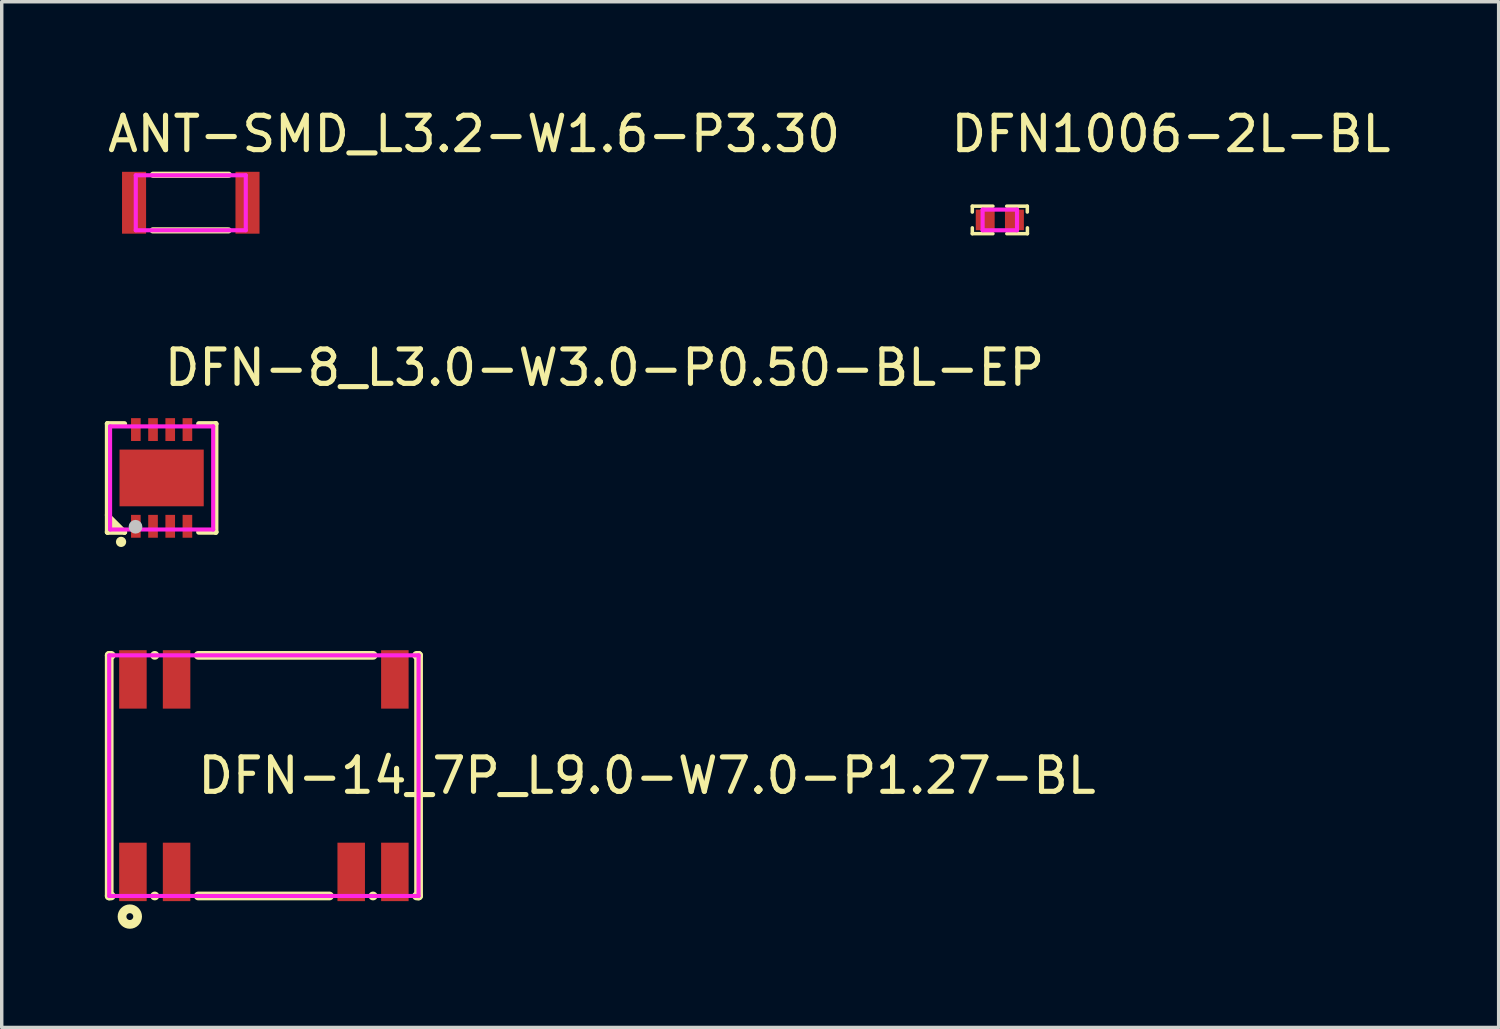
<source format=kicad_pcb>
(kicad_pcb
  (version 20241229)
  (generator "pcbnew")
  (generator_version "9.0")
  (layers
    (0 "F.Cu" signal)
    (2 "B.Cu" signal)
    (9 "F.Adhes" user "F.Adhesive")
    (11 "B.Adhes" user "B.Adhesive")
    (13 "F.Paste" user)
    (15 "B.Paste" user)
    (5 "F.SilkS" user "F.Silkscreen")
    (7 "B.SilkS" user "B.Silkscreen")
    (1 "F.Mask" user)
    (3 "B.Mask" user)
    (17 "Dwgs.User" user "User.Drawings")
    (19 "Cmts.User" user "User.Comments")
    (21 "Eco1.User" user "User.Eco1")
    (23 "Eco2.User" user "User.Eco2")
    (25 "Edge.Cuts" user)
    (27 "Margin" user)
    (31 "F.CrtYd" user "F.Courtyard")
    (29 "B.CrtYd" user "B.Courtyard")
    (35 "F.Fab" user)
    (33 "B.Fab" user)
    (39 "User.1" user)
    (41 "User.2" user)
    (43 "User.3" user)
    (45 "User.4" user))
  (footprint "ANT-SMD_L3.2-W1.6-P3.30"
    (layer "F.Cu")
    (at 2.5 2.848)
    (property "Reference" "ANT-SMD_L3.2-W1.6-P3.30" (at -2.5 -2 0) (layer "F.SilkS") (effects (font (size 1 1) (thickness 0.15)) (justify left)))
    (attr through_hole)
    (fp_line (start -1.105 0.804) (end 1.099 0.804) (stroke (width 0.18) (type solid)) (layer "F.SilkS"))
    (fp_line (start -1.099 -0.814) (end 1.106 -0.814) (stroke (width 0.18) (type solid)) (layer "F.SilkS"))
    (fp_circle (center -1.6 0.8) (end -1.57 0.8) (stroke (width 0.06) (type solid)) (fill no) (layer "Eco2.User"))
    (fp_poly (pts (xy -1.6 -0.8) (xy -1.4 -0.8) (xy -1.4 0.8) (xy -1.6 0.8)) (stroke (width 0.12) (type solid)) (fill no) (layer "Eco2.User"))
    (fp_poly (pts (xy 1.4 -0.8) (xy 1.6 -0.8) (xy 1.6 0.8) (xy 1.4 0.8)) (stroke (width 0.12) (type solid)) (fill no) (layer "Eco2.User"))
    (fp_line (start -1.6 -0.8) (end 1.6 -0.8) (stroke (width 0.12) (type solid)) (layer "F.CrtYd"))
    (fp_line (start -1.6 0.8) (end -1.6 -0.8) (stroke (width 0.12) (type solid)) (layer "F.CrtYd"))
    (fp_line (start 1.6 -0.8) (end 1.6 0.8) (stroke (width 0.12) (type solid)) (layer "F.CrtYd"))
    (fp_line (start 1.6 0.8) (end -1.6 0.8) (stroke (width 0.12) (type solid)) (layer "F.CrtYd"))
    (pad "1" smd rect (at -1.65 0) (size 0.7 1.8) (layers "F.Cu" "F.Mask" "F.Paste"))
    (pad "2" smd rect (at 1.65 0) (size 0.7 1.8) (layers "F.Cu" "F.Mask" "F.Paste")))
  (footprint "DFN-14_7P_L9.0-W7.0-P1.27-BL"
    (layer "F.Cu")
    (at 4.627 19.515)
    (property "Reference" "DFN-14_7P_L9.0-W7.0-P1.27-BL" (at -2 0 0) (layer "F.SilkS") (effects (font (size 1 1) (thickness 0.15)) (justify left)))
    (attr through_hole)
    (fp_line (start -4.5 -3.5) (end -4.5 3.5) (stroke (width 0.254) (type solid)) (layer "F.SilkS"))
    (fp_line (start -4.5 -3.5) (end -4.441 -3.5) (stroke (width 0.254) (type solid)) (layer "F.SilkS"))
    (fp_line (start -4.5 3.5) (end -4.441 3.5) (stroke (width 0.254) (type solid)) (layer "F.SilkS"))
    (fp_line (start -3.179 -3.5) (end -3.171 -3.5) (stroke (width 0.254) (type solid)) (layer "F.SilkS"))
    (fp_line (start -3.179 3.5) (end -3.171 3.5) (stroke (width 0.254) (type solid)) (layer "F.SilkS"))
    (fp_line (start -1.909 -3.5) (end 3.179 -3.5) (stroke (width 0.254) (type solid)) (layer "F.SilkS"))
    (fp_line (start -1.909 3.5) (end 1.909 3.5) (stroke (width 0.254) (type solid)) (layer "F.SilkS"))
    (fp_line (start 3.171 3.5) (end 3.179 3.5) (stroke (width 0.254) (type solid)) (layer "F.SilkS"))
    (fp_line (start 4.441 -3.5) (end 4.5 -3.5) (stroke (width 0.254) (type solid)) (layer "F.SilkS"))
    (fp_line (start 4.441 3.5) (end 4.5 3.5) (stroke (width 0.254) (type solid)) (layer "F.SilkS"))
    (fp_line (start 4.5 -3.5) (end 4.5 3.5) (stroke (width 0.254) (type solid)) (layer "F.SilkS"))
    (fp_circle (center -3.9 4.1) (end -4 4.1) (stroke (width 0.254) (type solid)) (fill no) (layer "F.SilkS"))
    (fp_circle (center -4.5 3.5) (end -4.47 3.5) (stroke (width 0.06) (type solid)) (fill no) (layer "Eco2.User"))
    (fp_poly (pts (xy -4.11 -3.3) (xy -3.51 -3.3) (xy -3.51 -2.05) (xy -4.11 -2.05)) (stroke (width 0.12) (type solid)) (fill no) (layer "Eco2.User"))
    (fp_poly (pts (xy -4.11 2.05) (xy -3.51 2.05) (xy -3.51 3.3) (xy -4.11 3.3)) (stroke (width 0.12) (type solid)) (fill no) (layer "Eco2.User"))
    (fp_poly (pts (xy -2.84 -3.3) (xy -2.24 -3.3) (xy -2.24 -2.05) (xy -2.84 -2.05)) (stroke (width 0.12) (type solid)) (fill no) (layer "Eco2.User"))
    (fp_poly (pts (xy -2.84 2.05) (xy -2.24 2.05) (xy -2.24 3.3) (xy -2.84 3.3)) (stroke (width 0.12) (type solid)) (fill no) (layer "Eco2.User"))
    (fp_poly (pts (xy 2.24 2.05) (xy 2.84 2.05) (xy 2.84 3.3) (xy 2.24 3.3)) (stroke (width 0.12) (type solid)) (fill no) (layer "Eco2.User"))
    (fp_poly (pts (xy 3.51 -3.3) (xy 4.11 -3.3) (xy 4.11 -2.05) (xy 3.51 -2.05)) (stroke (width 0.12) (type solid)) (fill no) (layer "Eco2.User"))
    (fp_poly (pts (xy 3.51 2.05) (xy 4.11 2.05) (xy 4.11 3.3) (xy 3.51 3.3)) (stroke (width 0.12) (type solid)) (fill no) (layer "Eco2.User"))
    (fp_line (start -4.5 -3.5) (end 4.5 -3.5) (stroke (width 0.12) (type solid)) (layer "F.CrtYd"))
    (fp_line (start -4.5 3.5) (end -4.5 -3.5) (stroke (width 0.12) (type solid)) (layer "F.CrtYd"))
    (fp_line (start 4.5 -3.5) (end 4.5 3.5) (stroke (width 0.12) (type solid)) (layer "F.CrtYd"))
    (fp_line (start 4.5 3.5) (end -4.5 3.5) (stroke (width 0.12) (type solid)) (layer "F.CrtYd"))
    (pad "1" smd rect (at -3.81 2.8) (size 0.8 1.7) (layers "F.Cu" "F.Mask" "F.Paste"))
    (pad "2" smd rect (at -2.54 2.8) (size 0.8 1.7) (layers "F.Cu" "F.Mask" "F.Paste"))
    (pad "6" smd rect (at 2.54 2.8) (size 0.8 1.7) (layers "F.Cu" "F.Mask" "F.Paste"))
    (pad "7" smd rect (at 3.81 2.8) (size 0.8 1.7) (layers "F.Cu" "F.Mask" "F.Paste"))
    (pad "8" smd rect (at 3.81 -2.8) (size 0.8 1.7) (layers "F.Cu" "F.Mask" "F.Paste"))
    (pad "13" smd rect (at -2.54 -2.8) (size 0.8 1.7) (layers "F.Cu" "F.Mask" "F.Paste"))
    (pad "14" smd rect (at -3.81 -2.8) (size 0.8 1.7) (layers "F.Cu" "F.Mask" "F.Paste")))
  (footprint "DFN1006-2L-BL"
    (layer "F.Cu")
    (at 26.036 3.348)
    (property "Reference" "DFN1006-2L-BL" (at -1.5 -2.5 0) (layer "F.SilkS") (effects (font (size 1 1) (thickness 0.15)) (justify left)))
    (attr through_hole)
    (fp_line (start -0.8 -0.4) (end -0.8 -0.229) (stroke (width 0.102) (type solid)) (layer "F.SilkS"))
    (fp_line (start -0.8 0.4) (end -0.8 0.23) (stroke (width 0.102) (type solid)) (layer "F.SilkS"))
    (fp_line (start -0.2 -0.4) (end -0.8 -0.4) (stroke (width 0.102) (type solid)) (layer "F.SilkS"))
    (fp_line (start -0.2 0.4) (end -0.8 0.4) (stroke (width 0.102) (type solid)) (layer "F.SilkS"))
    (fp_line (start 0.2 -0.4) (end 0.8 -0.4) (stroke (width 0.102) (type solid)) (layer "F.SilkS"))
    (fp_line (start 0.203 0.4) (end 0.803 0.4) (stroke (width 0.102) (type solid)) (layer "F.SilkS"))
    (fp_line (start 0.8 -0.4) (end 0.8 -0.23) (stroke (width 0.102) (type solid)) (layer "F.SilkS"))
    (fp_line (start 0.803 0.4) (end 0.803 0.23) (stroke (width 0.102) (type solid)) (layer "F.SilkS"))
    (fp_circle (center -0.5 0.3) (end -0.47 0.3) (stroke (width 0.06) (type solid)) (fill no) (layer "Eco2.User"))
    (fp_poly (pts (xy -0.475 -0.254) (xy -0.225 -0.254) (xy -0.225 0.254) (xy -0.475 0.254)) (stroke (width 0.12) (type solid)) (fill no) (layer "Eco2.User"))
    (fp_poly (pts (xy 0.225 -0.254) (xy 0.475 -0.254) (xy 0.475 0.254) (xy 0.225 0.254)) (stroke (width 0.12) (type solid)) (fill no) (layer "Eco2.User"))
    (fp_line (start -0.5 -0.3) (end 0.5 -0.3) (stroke (width 0.12) (type solid)) (layer "F.CrtYd"))
    (fp_line (start -0.5 0.3) (end -0.5 -0.3) (stroke (width 0.12) (type solid)) (layer "F.CrtYd"))
    (fp_line (start 0.5 -0.3) (end 0.5 0.3) (stroke (width 0.12) (type solid)) (layer "F.CrtYd"))
    (fp_line (start 0.5 0.3) (end -0.5 0.3) (stroke (width 0.12) (type solid)) (layer "F.CrtYd"))
    (pad "1" smd rect (at -0.425 0) (size 0.55 0.6) (layers "F.Cu" "F.Mask" "F.Paste"))
    (pad "2" smd rect (at 0.425 0) (size 0.55 0.6) (layers "F.Cu" "F.Mask" "F.Paste")))
  (footprint "DFN-8_L3.0-W3.0-P0.50-BL-EP"
    (layer "F.Cu")
    (at 1.652 10.854)
    (property "Reference" "DFN-8_L3.0-W3.0-P0.50-BL-EP" (at 0 -3.207 0) (layer "F.SilkS") (effects (font (size 1 1) (thickness 0.15)) (justify left)))
    (attr through_hole)
    (fp_line (start -1.576 -1.576) (end -1.576 -1.576) (stroke (width 0.152) (type solid)) (layer "F.SilkS"))
    (fp_line (start -1.576 -1.576) (end -1.08 -1.576) (stroke (width 0.152) (type solid)) (layer "F.SilkS"))
    (fp_line (start -1.576 1.576) (end -1.576 -1.576) (stroke (width 0.152) (type solid)) (layer "F.SilkS"))
    (fp_line (start -1.576 1.576) (end -1.576 1.576) (stroke (width 0.152) (type solid)) (layer "F.SilkS"))
    (fp_line (start -1.08 1.575) (end -1.576 1.079) (stroke (width 0.152) (type solid)) (layer "F.SilkS"))
    (fp_line (start -1.08 1.576) (end -1.576 1.576) (stroke (width 0.152) (type solid)) (layer "F.SilkS"))
    (fp_line (start -1.08 1.576) (end -1.08 1.575) (stroke (width 0.152) (type solid)) (layer "F.SilkS"))
    (fp_line (start 1.08 1.576) (end 1.576 1.576) (stroke (width 0.152) (type solid)) (layer "F.SilkS"))
    (fp_line (start 1.576 -1.576) (end 1.08 -1.576) (stroke (width 0.152) (type solid)) (layer "F.SilkS"))
    (fp_line (start 1.576 -1.576) (end 1.576 -1.576) (stroke (width 0.152) (type solid)) (layer "F.SilkS"))
    (fp_line (start 1.576 1.576) (end 1.576 -1.576) (stroke (width 0.152) (type solid)) (layer "F.SilkS"))
    (fp_line (start 1.576 1.576) (end 1.576 1.576) (stroke (width 0.152) (type solid)) (layer "F.SilkS"))
    (fp_circle (center -1.18 1.86) (end -1.105 1.86) (stroke (width 0.15) (type solid)) (fill no) (layer "F.SilkS"))
    (fp_poly (pts (xy -1.08 1.576) (xy -1.576 1.576) (xy -1.58 1.08)) (stroke (width 0.12) (type solid)) (fill yes) (layer "F.SilkS"))
    (fp_circle (center -0.76 1.42) (end -0.66 1.42) (stroke (width 0.2) (type solid)) (fill no) (layer "Dwgs.User"))
    (fp_circle (center -1.5 1.5) (end -1.47 1.5) (stroke (width 0.06) (type solid)) (fill no) (layer "Eco2.User"))
    (fp_poly (pts (xy -0.87 -1.5) (xy -0.87 -1.1) (xy -0.63 -1.1) (xy -0.63 -1.5)) (stroke (width 0.12) (type solid)) (fill no) (layer "Eco2.User"))
    (fp_poly (pts (xy -0.87 1.5) (xy -0.87 1.1) (xy -0.63 1.1) (xy -0.63 1.5)) (stroke (width 0.12) (type solid)) (fill no) (layer "Eco2.User"))
    (fp_poly (pts (xy -0.37 -1.5) (xy -0.37 -1.1) (xy -0.13 -1.1) (xy -0.13 -1.5)) (stroke (width 0.12) (type solid)) (fill no) (layer "Eco2.User"))
    (fp_poly (pts (xy -0.37 1.5) (xy -0.37 1.1) (xy -0.13 1.1) (xy -0.13 1.5)) (stroke (width 0.12) (type solid)) (fill no) (layer "Eco2.User"))
    (fp_poly (pts (xy 0.13 -1.5) (xy 0.13 -1.1) (xy 0.37 -1.1) (xy 0.37 -1.5)) (stroke (width 0.12) (type solid)) (fill no) (layer "Eco2.User"))
    (fp_poly (pts (xy 0.13 1.5) (xy 0.13 1.1) (xy 0.37 1.1) (xy 0.37 1.5)) (stroke (width 0.12) (type solid)) (fill no) (layer "Eco2.User"))
    (fp_poly (pts (xy 0.63 -1.5) (xy 0.63 -1.1) (xy 0.87 -1.1) (xy 0.87 -1.5)) (stroke (width 0.12) (type solid)) (fill no) (layer "Eco2.User"))
    (fp_poly (pts (xy 0.63 1.5) (xy 0.63 1.1) (xy 0.87 1.1) (xy 0.87 1.5)) (stroke (width 0.12) (type solid)) (fill no) (layer "Eco2.User"))
    (fp_poly (pts (xy -1.19 0.625) (xy -1.19 -0.825) (xy 1.19 -0.825) (xy 1.19 0.825) (xy -0.99 0.825)) (stroke (width 0.12) (type solid)) (fill no) (layer "Eco2.User"))
    (fp_line (start -1.5 -1.5) (end 1.5 -1.5) (stroke (width 0.12) (type solid)) (layer "F.CrtYd"))
    (fp_line (start -1.5 1.5) (end -1.5 -1.5) (stroke (width 0.12) (type solid)) (layer "F.CrtYd"))
    (fp_line (start 1.5 -1.5) (end 1.5 1.5) (stroke (width 0.12) (type solid)) (layer "F.CrtYd"))
    (fp_line (start 1.5 1.5) (end -1.5 1.5) (stroke (width 0.12) (type solid)) (layer "F.CrtYd"))
    (pad "1" smd rect (at -0.75 1.407) (size 0.28 0.665) (layers "F.Cu" "F.Mask" "F.Paste"))
    (pad "2" smd rect (at -0.25 1.407) (size 0.28 0.665) (layers "F.Cu" "F.Mask" "F.Paste"))
    (pad "3" smd rect (at 0.25 1.407) (size 0.28 0.665) (layers "F.Cu" "F.Mask" "F.Paste"))
    (pad "4" smd rect (at 0.75 1.407) (size 0.28 0.665) (layers "F.Cu" "F.Mask" "F.Paste"))
    (pad "5" smd rect (at 0.75 -1.407) (size 0.28 0.665) (layers "F.Cu" "F.Mask" "F.Paste"))
    (pad "6" smd rect (at 0.25 -1.407) (size 0.28 0.665) (layers "F.Cu" "F.Mask" "F.Paste"))
    (pad "7" smd rect (at -0.25 -1.407) (size 0.28 0.665) (layers "F.Cu" "F.Mask" "F.Paste"))
    (pad "8" smd rect (at -0.75 -1.407) (size 0.28 0.665) (layers "F.Cu" "F.Mask" "F.Paste"))
    (pad "9" smd rect (at 0 0) (size 2.45 1.65) (layers "F.Cu" "F.Mask" "F.Paste")))
  (gr_rect
    (start -3 -3)
    (end 40.548 26.841)
    (stroke (width 0.1) (type default))
    (fill no)
    (layer "Edge.Cuts")))
</source>
